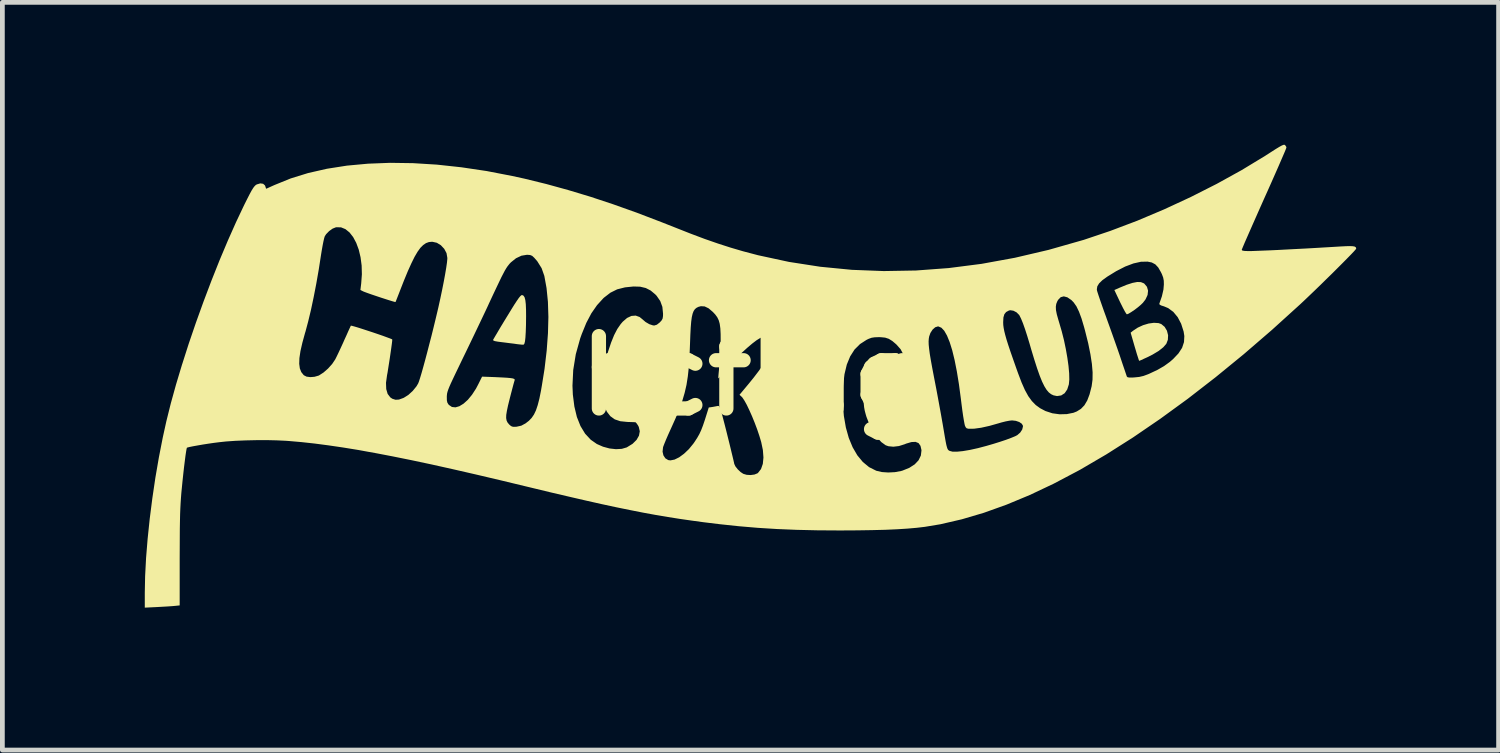
<source format=kicad_pcb>
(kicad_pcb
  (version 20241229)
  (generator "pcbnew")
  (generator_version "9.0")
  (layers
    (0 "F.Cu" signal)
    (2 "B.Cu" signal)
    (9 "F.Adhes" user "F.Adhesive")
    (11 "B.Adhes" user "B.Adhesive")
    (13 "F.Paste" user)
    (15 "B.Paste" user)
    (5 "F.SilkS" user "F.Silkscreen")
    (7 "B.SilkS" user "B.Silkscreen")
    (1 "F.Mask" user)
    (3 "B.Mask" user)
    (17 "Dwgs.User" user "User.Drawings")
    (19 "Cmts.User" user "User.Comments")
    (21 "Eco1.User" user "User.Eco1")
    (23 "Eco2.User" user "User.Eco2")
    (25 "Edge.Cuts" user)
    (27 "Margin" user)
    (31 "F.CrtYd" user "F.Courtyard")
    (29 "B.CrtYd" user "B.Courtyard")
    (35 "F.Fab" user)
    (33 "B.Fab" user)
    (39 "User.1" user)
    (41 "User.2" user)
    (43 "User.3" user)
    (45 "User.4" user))
  (footprint "hcflag"
    (layer "F.Cu")
    (at 12.759 4.865)
    (property "Reference" "hcflag" (at 0 0 0) (layer "F.SilkS") (effects (font (size 1.524 1.524) (thickness 0.3))))
    (attr board_only exclude_from_pos_files exclude_from_bom)
    (fp_poly (pts (xy 8.224 -1.972) (xy 8.284 -1.948) (xy 8.297 -1.939) (xy 8.352 -1.873) (xy 8.375 -1.792) (xy 8.365 -1.702) (xy 8.322 -1.609) (xy 8.266 -1.536) (xy 8.218 -1.49) (xy 8.155 -1.437) (xy 8.086 -1.385) (xy 8.019 -1.34) (xy 7.964 -1.307) (xy 7.93 -1.294) (xy 7.928 -1.294) (xy 7.913 -1.311) (xy 7.885 -1.357) (xy 7.848 -1.426) (xy 7.805 -1.512) (xy 7.786 -1.55) (xy 7.665 -1.806) (xy 7.772 -1.853) (xy 7.924 -1.916) (xy 8.048 -1.956) (xy 8.147 -1.975)) (stroke (width 0) (type solid)) (fill yes) (layer "F.SilkS"))
    (fp_poly (pts (xy 8.595 -1.109) (xy 8.653 -1.089) (xy 8.724 -1.03) (xy 8.773 -0.948) (xy 8.797 -0.853) (xy 8.792 -0.757) (xy 8.76 -0.674) (xy 8.697 -0.601) (xy 8.599 -0.523) (xy 8.469 -0.445) (xy 8.362 -0.391) (xy 8.289 -0.358) (xy 8.231 -0.331) (xy 8.195 -0.316) (xy 8.188 -0.314) (xy 8.18 -0.331) (xy 8.164 -0.381) (xy 8.14 -0.455) (xy 8.113 -0.547) (xy 8.094 -0.61) (xy 8.008 -0.907) (xy 8.056 -0.946) (xy 8.157 -1.013) (xy 8.27 -1.065) (xy 8.387 -1.1) (xy 8.498 -1.115)) (stroke (width 0) (type solid)) (fill yes) (layer "F.SilkS"))
    (fp_poly (pts (xy -4.811 -1.7) (xy -4.782 -1.687) (xy -4.759 -1.653) (xy -4.743 -1.594) (xy -4.733 -1.507) (xy -4.728 -1.388) (xy -4.727 -1.254) (xy -4.729 -1.068) (xy -4.734 -0.919) (xy -4.741 -0.805) (xy -4.75 -0.725) (xy -4.763 -0.675) (xy -4.779 -0.655) (xy -4.782 -0.654) (xy -4.817 -0.655) (xy -4.876 -0.661) (xy -4.919 -0.666) (xy -4.987 -0.676) (xy -5.078 -0.687) (xy -5.179 -0.7) (xy -5.229 -0.706) (xy -5.322 -0.718) (xy -5.382 -0.729) (xy -5.413 -0.74) (xy -5.422 -0.753) (xy -5.421 -0.758) (xy -5.408 -0.781) (xy -5.377 -0.834) (xy -5.332 -0.91) (xy -5.275 -1.007) (xy -5.208 -1.118) (xy -5.134 -1.239) (xy -5.13 -1.245) (xy -5.044 -1.386) (xy -4.976 -1.496) (xy -4.922 -1.578) (xy -4.881 -1.637) (xy -4.851 -1.674) (xy -4.829 -1.694) (xy -4.813 -1.7)) (stroke (width 0) (type solid)) (fill yes) (layer "F.SilkS"))
    (fp_poly (pts (xy 11.26 -4.86) (xy 11.285 -4.825) (xy 11.289 -4.806) (xy 11.281 -4.783) (xy 11.259 -4.728) (xy 11.223 -4.644) (xy 11.175 -4.533) (xy 11.117 -4.399) (xy 11.05 -4.247) (xy 10.975 -4.077) (xy 10.894 -3.895) (xy 10.818 -3.726) (xy 10.733 -3.535) (xy 10.653 -3.354) (xy 10.579 -3.187) (xy 10.513 -3.037) (xy 10.456 -2.907) (xy 10.409 -2.8) (xy 10.375 -2.719) (xy 10.354 -2.668) (xy 10.348 -2.651) (xy 10.362 -2.637) (xy 10.406 -2.629) (xy 10.484 -2.626) (xy 10.5 -2.626) (xy 10.567 -2.627) (xy 10.668 -2.631) (xy 10.799 -2.636) (xy 10.952 -2.642) (xy 11.124 -2.65) (xy 11.309 -2.66) (xy 11.502 -2.67) (xy 11.697 -2.68) (xy 11.89 -2.691) (xy 12.075 -2.702) (xy 12.246 -2.712) (xy 12.278 -2.714) (xy 12.428 -2.723) (xy 12.543 -2.729) (xy 12.629 -2.731) (xy 12.689 -2.728) (xy 12.727 -2.721) (xy 12.748 -2.709) (xy 12.757 -2.691) (xy 12.759 -2.676) (xy 12.745 -2.657) (xy 12.707 -2.614) (xy 12.646 -2.55) (xy 12.567 -2.469) (xy 12.473 -2.374) (xy 12.367 -2.268) (xy 12.253 -2.154) (xy 12.132 -2.036) (xy 12.01 -1.916) (xy 11.889 -1.799) (xy 11.772 -1.687) (xy 11.663 -1.583) (xy 11.583 -1.508) (xy 10.986 -0.967) (xy 10.39 -0.453) (xy 9.798 0.031) (xy 9.211 0.486) (xy 8.63 0.909) (xy 8.058 1.3) (xy 7.497 1.656) (xy 6.947 1.978) (xy 6.897 2.005) (xy 6.385 2.275) (xy 5.884 2.512) (xy 5.393 2.716) (xy 4.916 2.887) (xy 4.452 3.024) (xy 4.003 3.128) (xy 3.672 3.183) (xy 3.502 3.203) (xy 3.309 3.22) (xy 3.09 3.234) (xy 2.842 3.245) (xy 2.563 3.252) (xy 2.249 3.257) (xy 1.9 3.259) (xy 1.872 3.259) (xy 1.407 3.256) (xy 0.972 3.246) (xy 0.558 3.229) (xy 0.156 3.204) (xy -0.244 3.17) (xy -0.65 3.127) (xy -0.986 3.086) (xy -1.241 3.051) (xy -1.492 3.015) (xy -1.744 2.975) (xy -1.999 2.932) (xy -2.261 2.884) (xy -2.535 2.83) (xy -2.824 2.771) (xy -3.131 2.705) (xy -3.46 2.631) (xy -3.815 2.549) (xy -4.2 2.459) (xy -4.618 2.358) (xy -4.714 2.335) (xy -5.266 2.202) (xy -5.784 2.08) (xy -6.268 1.969) (xy -6.721 1.868) (xy -7.145 1.778) (xy -7.541 1.698) (xy -7.912 1.627) (xy -8.069 1.599) (xy -1.852 1.599) (xy -1.834 1.678) (xy -1.793 1.74) (xy -1.732 1.777) (xy -1.686 1.783) (xy -1.599 1.766) (xy -1.502 1.718) (xy -1.4 1.643) (xy -1.298 1.546) (xy -1.204 1.431) (xy -1.178 1.394) (xy -1.122 1.308) (xy -1.077 1.229) (xy -1.039 1.147) (xy -1.002 1.051) (xy -0.961 0.93) (xy -0.951 0.898) (xy -0.879 0.669) (xy -0.797 0.657) (xy -0.738 0.646) (xy -0.692 0.637) (xy -0.684 0.635) (xy -0.668 0.638) (xy -0.652 0.66) (xy -0.633 0.706) (xy -0.61 0.781) (xy -0.591 0.847) (xy -0.571 0.924) (xy -0.544 1.027) (xy -0.513 1.149) (xy -0.48 1.282) (xy -0.446 1.418) (xy -0.414 1.55) (xy -0.385 1.67) (xy -0.361 1.77) (xy -0.345 1.841) (xy -0.342 1.857) (xy -0.317 1.91) (xy -0.269 1.971) (xy -0.209 2.028) (xy -0.152 2.066) (xy -0.081 2.087) (xy 0.003 2.092) (xy 0.084 2.081) (xy 0.148 2.055) (xy 0.159 2.046) (xy 0.222 1.965) (xy 0.26 1.856) (xy 0.273 1.722) (xy 0.261 1.565) (xy 0.226 1.397) (xy 0.188 1.27) (xy 0.142 1.133) (xy 0.089 0.992) (xy 0.033 0.854) (xy -0.024 0.726) (xy -0.078 0.613) (xy -0.094 0.584) (xy 1.946 0.584) (xy 1.967 0.847) (xy 2.009 1.09) (xy 2.071 1.311) (xy 2.152 1.507) (xy 2.251 1.677) (xy 2.367 1.817) (xy 2.498 1.925) (xy 2.645 1.999) (xy 2.656 2.003) (xy 2.768 2.029) (xy 2.902 2.038) (xy 3.041 2.031) (xy 3.171 2.007) (xy 3.2 1.999) (xy 3.344 1.941) (xy 3.459 1.867) (xy 3.541 1.78) (xy 3.589 1.681) (xy 3.602 1.573) (xy 3.601 1.563) (xy 3.581 1.476) (xy 3.54 1.419) (xy 3.477 1.393) (xy 3.39 1.397) (xy 3.278 1.43) (xy 3.248 1.443) (xy 3.127 1.481) (xy 3.01 1.495) (xy 2.906 1.485) (xy 2.847 1.464) (xy 2.755 1.397) (xy 2.665 1.297) (xy 2.58 1.17) (xy 2.504 1.024) (xy 2.442 0.863) (xy 2.427 0.812) (xy 2.407 0.737) (xy 2.394 0.665) (xy 2.386 0.585) (xy 2.382 0.485) (xy 2.382 0.382) (xy 2.385 0.229) (xy 2.395 0.107) (xy 2.416 0.009) (xy 2.447 -0.071) (xy 2.492 -0.142) (xy 2.524 -0.18) (xy 2.61 -0.26) (xy 2.694 -0.303) (xy 2.783 -0.31) (xy 2.883 -0.283) (xy 2.946 -0.253) (xy 3.051 -0.208) (xy 3.134 -0.193) (xy 3.194 -0.209) (xy 3.23 -0.256) (xy 3.242 -0.333) (xy 3.242 -0.339) (xy 3.22 -0.449) (xy 3.162 -0.559) (xy 3.071 -0.661) (xy 2.998 -0.723) (xy 3.752 -0.723) (xy 3.754 -0.654) (xy 3.763 -0.567) (xy 3.777 -0.46) (xy 3.799 -0.328) (xy 3.828 -0.168) (xy 3.865 0.026) (xy 3.881 0.108) (xy 3.913 0.273) (xy 3.947 0.455) (xy 3.981 0.64) (xy 4.013 0.816) (xy 4.04 0.97) (xy 4.047 1.009) (xy 4.074 1.168) (xy 4.095 1.293) (xy 4.112 1.388) (xy 4.126 1.458) (xy 4.139 1.506) (xy 4.15 1.539) (xy 4.162 1.559) (xy 4.175 1.572) (xy 4.191 1.581) (xy 4.195 1.583) (xy 4.255 1.599) (xy 4.348 1.6) (xy 4.471 1.588) (xy 4.62 1.563) (xy 4.792 1.525) (xy 4.822 1.517) (xy 4.966 1.479) (xy 5.111 1.437) (xy 5.252 1.393) (xy 5.381 1.35) (xy 5.491 1.309) (xy 5.576 1.274) (xy 5.62 1.251) (xy 5.681 1.198) (xy 5.724 1.133) (xy 5.74 1.067) (xy 5.739 1.052) (xy 5.715 1.011) (xy 5.662 0.975) (xy 5.59 0.95) (xy 5.51 0.941) (xy 5.454 0.947) (xy 5.374 0.962) (xy 5.283 0.985) (xy 5.236 0.999) (xy 5.035 1.056) (xy 4.86 1.095) (xy 4.715 1.115) (xy 4.652 1.117) (xy 4.59 1.116) (xy 4.554 1.107) (xy 4.534 1.086) (xy 4.518 1.053) (xy 4.509 1.017) (xy 4.496 0.947) (xy 4.48 0.851) (xy 4.463 0.733) (xy 4.446 0.601) (xy 4.431 0.48) (xy 4.391 0.179) (xy 4.347 -0.091) (xy 4.3 -0.329) (xy 4.25 -0.535) (xy 4.196 -0.708) (xy 4.14 -0.845) (xy 4.082 -0.947) (xy 4.022 -1.011) (xy 3.96 -1.038) (xy 3.948 -1.039) (xy 3.891 -1.021) (xy 3.836 -0.972) (xy 3.79 -0.901) (xy 3.764 -0.827) (xy 3.756 -0.78) (xy 3.752 -0.723) (xy 2.998 -0.723) (xy 2.987 -0.732) (xy 2.913 -0.778) (xy 2.836 -0.803) (xy 2.744 -0.812) (xy 2.705 -0.813) (xy 2.617 -0.81) (xy 2.551 -0.8) (xy 2.488 -0.777) (xy 2.445 -0.756) (xy 2.307 -0.667) (xy 2.192 -0.552) (xy 2.1 -0.408) (xy 2.029 -0.236) (xy 1.98 -0.032) (xy 1.952 0.203) (xy 1.946 0.304) (xy 1.946 0.584) (xy -0.094 0.584) (xy -0.128 0.523) (xy -0.17 0.46) (xy -0.186 0.443) (xy -0.231 0.401) (xy -0.035 0.166) (xy 0.067 0.04) (xy 0.164 -0.087) (xy 0.253 -0.21) (xy 0.33 -0.324) (xy 0.391 -0.423) (xy 0.433 -0.501) (xy 0.45 -0.543) (xy 0.468 -0.647) (xy 0.465 -0.734) (xy 0.44 -0.798) (xy 0.395 -0.835) (xy 0.356 -0.843) (xy 0.308 -0.834) (xy 0.243 -0.812) (xy 0.202 -0.793) (xy 0.129 -0.748) (xy 0.037 -0.678) (xy -0.069 -0.588) (xy -0.183 -0.484) (xy -0.298 -0.372) (xy -0.41 -0.256) (xy -0.513 -0.141) (xy -0.6 -0.035) (xy -0.616 -0.014) (xy -0.65 0.028) (xy -0.673 0.052) (xy -0.678 0.054) (xy -0.678 0.033) (xy -0.674 -0.019) (xy -0.667 -0.094) (xy -0.657 -0.185) (xy -0.656 -0.187) (xy -0.646 -0.297) (xy -0.637 -0.43) (xy -0.631 -0.571) (xy -0.628 -0.705) (xy -0.628 -0.726) (xy -0.629 -0.879) (xy -0.635 -0.998) (xy -0.648 -1.093) (xy -0.658 -1.13) (xy 5.323 -1.13) (xy 5.323 -1.12) (xy 5.325 -1.067) (xy 5.333 -1.008) (xy 5.346 -0.94) (xy 5.366 -0.86) (xy 5.393 -0.764) (xy 5.43 -0.647) (xy 5.477 -0.506) (xy 5.536 -0.337) (xy 5.606 -0.138) (xy 5.638 -0.049) (xy 5.711 0.143) (xy 5.781 0.301) (xy 5.852 0.43) (xy 5.927 0.533) (xy 6.009 0.617) (xy 6.101 0.684) (xy 6.207 0.74) (xy 6.218 0.745) (xy 6.359 0.791) (xy 6.512 0.812) (xy 6.664 0.808) (xy 6.804 0.78) (xy 6.872 0.753) (xy 6.961 0.698) (xy 7.034 0.622) (xy 7.094 0.521) (xy 7.143 0.391) (xy 7.185 0.227) (xy 7.187 0.218) (xy 7.205 0.083) (xy 7.207 -0.071) (xy 7.192 -0.249) (xy 7.161 -0.452) (xy 7.114 -0.684) (xy 7.048 -0.948) (xy 7.026 -1.029) (xy 6.973 -1.207) (xy 6.92 -1.35) (xy 6.866 -1.462) (xy 6.807 -1.546) (xy 6.76 -1.594) (xy 6.675 -1.652) (xy 6.6 -1.672) (xy 6.535 -1.655) (xy 6.481 -1.599) (xy 6.463 -1.568) (xy 6.441 -1.513) (xy 6.432 -1.454) (xy 6.435 -1.384) (xy 6.452 -1.296) (xy 6.484 -1.182) (xy 6.505 -1.112) (xy 6.557 -0.934) (xy 6.604 -0.748) (xy 6.643 -0.561) (xy 6.675 -0.378) (xy 6.699 -0.206) (xy 6.713 -0.052) (xy 6.716 0.078) (xy 6.707 0.177) (xy 6.707 0.18) (xy 6.672 0.289) (xy 6.618 0.368) (xy 6.545 0.415) (xy 6.458 0.428) (xy 6.384 0.413) (xy 6.333 0.389) (xy 6.284 0.351) (xy 6.237 0.296) (xy 6.19 0.22) (xy 6.142 0.122) (xy 6.092 -0.002) (xy 6.038 -0.155) (xy 5.979 -0.339) (xy 5.913 -0.557) (xy 5.88 -0.672) (xy 5.831 -0.834) (xy 5.784 -0.98) (xy 5.74 -1.104) (xy 5.7 -1.202) (xy 5.667 -1.268) (xy 5.659 -1.281) (xy 5.605 -1.335) (xy 5.538 -1.37) (xy 5.472 -1.38) (xy 5.444 -1.374) (xy 5.385 -1.342) (xy 5.348 -1.296) (xy 5.328 -1.228) (xy 5.323 -1.13) (xy -0.658 -1.13) (xy -0.669 -1.168) (xy -0.7 -1.232) (xy -0.743 -1.291) (xy -0.793 -1.344) (xy -0.882 -1.42) (xy -0.965 -1.46) (xy -1.044 -1.465) (xy -1.097 -1.451) (xy -1.138 -1.43) (xy -1.171 -1.402) (xy -1.198 -1.362) (xy -1.219 -1.308) (xy -1.236 -1.235) (xy -1.249 -1.138) (xy -1.259 -1.015) (xy -1.267 -0.86) (xy -1.274 -0.671) (xy -1.275 -0.647) (xy -1.285 -0.398) (xy -1.299 -0.18) (xy -1.32 0.014) (xy -1.348 0.192) (xy -1.387 0.361) (xy -1.437 0.531) (xy -1.5 0.707) (xy -1.579 0.898) (xy -1.675 1.112) (xy -1.692 1.149) (xy -1.738 1.251) (xy -1.78 1.348) (xy -1.814 1.431) (xy -1.837 1.491) (xy -1.842 1.508) (xy -1.852 1.599) (xy -8.069 1.599) (xy -8.259 1.564) (xy -8.586 1.511) (xy -8.893 1.466) (xy -9.183 1.428) (xy -9.458 1.398) (xy -9.72 1.375) (xy -9.79 1.37) (xy -9.978 1.361) (xy -10.189 1.356) (xy -10.413 1.357) (xy -10.638 1.362) (xy -10.854 1.371) (xy -11.051 1.385) (xy -11.191 1.4) (xy -11.302 1.414) (xy -11.419 1.431) (xy -11.535 1.449) (xy -11.644 1.468) (xy -11.739 1.485) (xy -11.813 1.5) (xy -11.86 1.512) (xy -11.872 1.517) (xy -11.879 1.541) (xy -11.889 1.599) (xy -11.902 1.686) (xy -11.916 1.796) (xy -11.932 1.924) (xy -11.948 2.066) (xy -11.964 2.216) (xy -11.979 2.368) (xy -11.989 2.469) (xy -11.997 2.572) (xy -12.004 2.678) (xy -12.01 2.79) (xy -12.015 2.915) (xy -12.018 3.056) (xy -12.021 3.218) (xy -12.022 3.406) (xy -12.023 3.624) (xy -12.024 3.845) (xy -12.024 4.838) (xy -12.122 4.848) (xy -12.179 4.853) (xy -12.264 4.859) (xy -12.366 4.865) (xy -12.475 4.871) (xy -12.489 4.872) (xy -12.759 4.885) (xy -12.759 4.573) (xy -12.752 4.221) (xy -12.732 3.839) (xy -12.699 3.434) (xy -12.655 3.013) (xy -12.6 2.582) (xy -12.536 2.148) (xy -12.462 1.719) (xy -12.38 1.3) (xy -12.305 0.96) (xy -12.212 0.586) (xy -12.101 0.185) (xy -11.974 -0.237) (xy -11.969 -0.251) (xy -9.506 -0.251) (xy -9.493 -0.154) (xy -9.462 -0.076) (xy -9.413 -0.015) (xy -9.408 -0.01) (xy -9.351 0.019) (xy -9.272 0.029) (xy -9.184 0.022) (xy -9.1 -0.002) (xy -9.087 -0.008) (xy -8.994 -0.068) (xy -8.898 -0.152) (xy -8.812 -0.248) (xy -8.747 -0.345) (xy -8.746 -0.347) (xy -8.717 -0.405) (xy -8.676 -0.49) (xy -8.629 -0.591) (xy -8.579 -0.7) (xy -8.555 -0.755) (xy -8.51 -0.853) (xy -8.472 -0.939) (xy -8.442 -1.004) (xy -8.423 -1.045) (xy -8.418 -1.055) (xy -8.397 -1.052) (xy -8.346 -1.038) (xy -8.271 -1.016) (xy -8.177 -0.986) (xy -8.073 -0.952) (xy -7.963 -0.916) (xy -7.854 -0.879) (xy -7.752 -0.844) (xy -7.665 -0.812) (xy -7.597 -0.787) (xy -7.555 -0.77) (xy -7.546 -0.763) (xy -7.548 -0.729) (xy -7.556 -0.664) (xy -7.568 -0.576) (xy -7.583 -0.472) (xy -7.599 -0.362) (xy -7.616 -0.253) (xy -7.632 -0.152) (xy -7.645 -0.068) (xy -7.656 -0.011) (xy -7.678 0.149) (xy -7.673 0.281) (xy -7.643 0.383) (xy -7.587 0.456) (xy -7.544 0.485) (xy -7.478 0.506) (xy -7.405 0.502) (xy -7.316 0.47) (xy -7.301 0.463) (xy -7.27 0.444) (xy -6.397 0.444) (xy -6.396 0.517) (xy -6.386 0.564) (xy -6.365 0.6) (xy -6.351 0.616) (xy -6.289 0.658) (xy -6.214 0.666) (xy -6.132 0.642) (xy -6.044 0.588) (xy -5.954 0.507) (xy -5.866 0.4) (xy -5.782 0.271) (xy -5.732 0.176) (xy -5.654 0.019) (xy -5.38 0.029) (xy -5.238 0.036) (xy -5.131 0.042) (xy -5.055 0.049) (xy -5.005 0.057) (xy -4.977 0.068) (xy -4.966 0.081) (xy -4.968 0.095) (xy -4.977 0.124) (xy -4.994 0.184) (xy -5.016 0.268) (xy -5.043 0.371) (xy -5.071 0.48) (xy -5.107 0.625) (xy -5.131 0.738) (xy -5.145 0.825) (xy -5.147 0.891) (xy -5.138 0.942) (xy -5.119 0.983) (xy -5.089 1.02) (xy -5.081 1.029) (xy -5.043 1.061) (xy -5.005 1.075) (xy -4.95 1.075) (xy -4.928 1.074) (xy -4.828 1.052) (xy -4.739 1.004) (xy -4.668 0.949) (xy -4.61 0.889) (xy -4.561 0.817) (xy -4.519 0.729) (xy -4.482 0.619) (xy -4.447 0.483) (xy -4.413 0.314) (xy -4.403 0.255) (xy -4.395 0.21) (xy -3.75 0.21) (xy -3.742 0.397) (xy -3.71 0.648) (xy -3.657 0.869) (xy -3.581 1.06) (xy -3.484 1.22) (xy -3.365 1.348) (xy -3.236 1.438) (xy -3.106 1.495) (xy -2.969 1.532) (xy -2.834 1.547) (xy -2.711 1.54) (xy -2.608 1.51) (xy -2.601 1.506) (xy -2.484 1.434) (xy -2.4 1.351) (xy -2.349 1.262) (xy -2.332 1.17) (xy -2.353 1.078) (xy -2.371 1.044) (xy -2.4 1.002) (xy -2.422 0.98) (xy -2.425 0.979) (xy -2.45 0.978) (xy -2.505 0.976) (xy -2.577 0.974) (xy -2.597 0.973) (xy -2.743 0.958) (xy -2.859 0.919) (xy -2.951 0.853) (xy -3.025 0.758) (xy -3.082 0.634) (xy -3.099 0.582) (xy -3.111 0.529) (xy -3.118 0.466) (xy -3.122 0.386) (xy -3.124 0.278) (xy -3.124 0.235) (xy -3.123 0.115) (xy -3.119 0.022) (xy -3.111 -0.057) (xy -3.098 -0.136) (xy -3.077 -0.225) (xy -3.061 -0.288) (xy -2.999 -0.511) (xy -2.936 -0.699) (xy -2.873 -0.855) (xy -2.806 -0.984) (xy -2.734 -1.088) (xy -2.691 -1.138) (xy -2.6 -1.217) (xy -2.508 -1.26) (xy -2.418 -1.267) (xy -2.335 -1.237) (xy -2.28 -1.192) (xy -2.21 -1.132) (xy -2.131 -1.086) (xy -2.055 -1.061) (xy -2.027 -1.058) (xy -1.972 -1.075) (xy -1.911 -1.123) (xy -1.909 -1.125) (xy -1.871 -1.167) (xy -1.851 -1.205) (xy -1.843 -1.256) (xy -1.842 -1.308) (xy -1.856 -1.451) (xy -1.901 -1.574) (xy -1.978 -1.685) (xy -2.008 -1.716) (xy -2.103 -1.795) (xy -2.155 -1.822) (xy 7.296 -1.822) (xy 7.299 -1.796) (xy 7.309 -1.762) (xy 7.33 -1.697) (xy 7.361 -1.605) (xy 7.4 -1.493) (xy 7.445 -1.365) (xy 7.495 -1.228) (xy 7.499 -1.215) (xy 7.556 -1.057) (xy 7.616 -0.89) (xy 7.675 -0.723) (xy 7.73 -0.567) (xy 7.777 -0.431) (xy 7.803 -0.353) (xy 7.84 -0.242) (xy 7.874 -0.143) (xy 7.901 -0.063) (xy 7.92 -0.007) (xy 7.928 0.017) (xy 7.943 0.031) (xy 7.979 0.038) (xy 8.043 0.038) (xy 8.09 0.035) (xy 8.189 0.025) (xy 8.279 0.004) (xy 8.379 -0.033) (xy 8.404 -0.044) (xy 8.572 -0.123) (xy 8.711 -0.203) (xy 8.833 -0.291) (xy 8.902 -0.351) (xy 9.015 -0.47) (xy 9.092 -0.588) (xy 9.132 -0.709) (xy 9.139 -0.836) (xy 9.124 -0.932) (xy 9.072 -1.095) (xy 8.999 -1.234) (xy 8.907 -1.345) (xy 8.8 -1.424) (xy 8.712 -1.461) (xy 8.649 -1.481) (xy 8.618 -1.499) (xy 8.612 -1.518) (xy 8.615 -1.526) (xy 8.666 -1.672) (xy 8.699 -1.815) (xy 8.708 -1.923) (xy 8.706 -2.003) (xy 8.693 -2.07) (xy 8.666 -2.141) (xy 8.646 -2.182) (xy 8.589 -2.281) (xy 8.527 -2.347) (xy 8.453 -2.386) (xy 8.364 -2.404) (xy 8.225 -2.401) (xy 8.068 -2.366) (xy 7.893 -2.3) (xy 7.704 -2.203) (xy 7.517 -2.088) (xy 7.413 -2.013) (xy 7.344 -1.946) (xy 7.306 -1.884) (xy 7.296 -1.822) (xy -2.155 -1.822) (xy -2.206 -1.848) (xy -2.325 -1.876) (xy -2.465 -1.88) (xy -2.631 -1.863) (xy -2.646 -1.861) (xy -2.808 -1.82) (xy -2.951 -1.749) (xy -3.086 -1.645) (xy -3.1 -1.632) (xy -3.233 -1.486) (xy -3.352 -1.315) (xy -3.458 -1.114) (xy -3.554 -0.879) (xy -3.587 -0.787) (xy -3.68 -0.453) (xy -3.734 -0.121) (xy -3.75 0.21) (xy -4.395 0.21) (xy -4.338 -0.146) (xy -4.293 -0.53) (xy -4.266 -0.896) (xy -4.257 -1.239) (xy -4.267 -1.557) (xy -4.296 -1.847) (xy -4.343 -2.105) (xy -4.344 -2.107) (xy -4.4 -2.266) (xy -4.492 -2.413) (xy -4.554 -2.484) (xy -4.598 -2.525) (xy -4.642 -2.543) (xy -4.704 -2.548) (xy -4.708 -2.548) (xy -4.824 -2.529) (xy -4.939 -2.475) (xy -5.046 -2.389) (xy -5.076 -2.358) (xy -5.099 -2.329) (xy -5.123 -2.298) (xy -5.147 -2.261) (xy -5.175 -2.214) (xy -5.207 -2.153) (xy -5.247 -2.076) (xy -5.294 -1.978) (xy -5.352 -1.856) (xy -5.423 -1.706) (xy -5.507 -1.526) (xy -5.537 -1.46) (xy -5.592 -1.343) (xy -5.661 -1.198) (xy -5.739 -1.034) (xy -5.824 -0.856) (xy -5.912 -0.673) (xy -5.999 -0.492) (xy -6.062 -0.363) (xy -6.146 -0.188) (xy -6.215 -0.045) (xy -6.27 0.071) (xy -6.313 0.163) (xy -6.345 0.236) (xy -6.367 0.292) (xy -6.382 0.337) (xy -6.391 0.373) (xy -6.395 0.406) (xy -6.397 0.437) (xy -6.397 0.444) (xy -7.27 0.444) (xy -7.207 0.404) (xy -7.115 0.32) (xy -7.036 0.223) (xy -7 0.162) (xy -6.984 0.121) (xy -6.96 0.047) (xy -6.929 -0.056) (xy -6.893 -0.184) (xy -6.853 -0.33) (xy -6.81 -0.492) (xy -6.766 -0.663) (xy -6.72 -0.839) (xy -6.676 -1.017) (xy -6.634 -1.19) (xy -6.595 -1.354) (xy -6.575 -1.439) (xy -6.534 -1.625) (xy -6.496 -1.806) (xy -6.462 -1.977) (xy -6.433 -2.134) (xy -6.41 -2.27) (xy -6.394 -2.381) (xy -6.386 -2.461) (xy -6.386 -2.484) (xy -6.403 -2.583) (xy -6.451 -2.673) (xy -6.522 -2.749) (xy -6.607 -2.801) (xy -6.701 -2.822) (xy -6.71 -2.822) (xy -6.774 -2.816) (xy -6.835 -2.794) (xy -6.894 -2.754) (xy -6.953 -2.695) (xy -7.013 -2.612) (xy -7.076 -2.505) (xy -7.143 -2.369) (xy -7.218 -2.203) (xy -7.3 -2.004) (xy -7.373 -1.818) (xy -7.409 -1.725) (xy -7.44 -1.646) (xy -7.463 -1.587) (xy -7.476 -1.556) (xy -7.477 -1.553) (xy -7.497 -1.556) (xy -7.546 -1.57) (xy -7.618 -1.592) (xy -7.705 -1.62) (xy -7.801 -1.651) (xy -7.899 -1.684) (xy -7.991 -1.715) (xy -8.07 -1.743) (xy -8.129 -1.765) (xy -8.161 -1.778) (xy -8.217 -1.807) (xy -8.2 -1.947) (xy -8.186 -2.138) (xy -8.191 -2.322) (xy -8.214 -2.496) (xy -8.252 -2.656) (xy -8.305 -2.799) (xy -8.37 -2.921) (xy -8.446 -3.018) (xy -8.532 -3.088) (xy -8.625 -3.126) (xy -8.724 -3.128) (xy -8.733 -3.127) (xy -8.803 -3.099) (xy -8.876 -3.047) (xy -8.939 -2.982) (xy -8.968 -2.937) (xy -8.98 -2.899) (xy -8.996 -2.83) (xy -9.014 -2.738) (xy -9.033 -2.63) (xy -9.047 -2.543) (xy -9.094 -2.24) (xy -9.146 -1.942) (xy -9.202 -1.654) (xy -9.259 -1.385) (xy -9.318 -1.14) (xy -9.375 -0.926) (xy -9.383 -0.902) (xy -9.44 -0.694) (xy -9.48 -0.519) (xy -9.502 -0.372) (xy -9.506 -0.251) (xy -11.969 -0.251) (xy -11.834 -0.673) (xy -11.682 -1.118) (xy -11.521 -1.564) (xy -11.354 -2.005) (xy -11.183 -2.435) (xy -11.009 -2.848) (xy -10.836 -3.237) (xy -10.666 -3.596) (xy -10.609 -3.71) (xy -10.552 -3.822) (xy -10.508 -3.903) (xy -10.473 -3.959) (xy -10.444 -3.996) (xy -10.418 -4.02) (xy -10.397 -4.031) (xy -10.326 -4.052) (xy -10.267 -4.044) (xy -10.228 -4.01) (xy -10.219 -3.988) (xy -10.208 -3.952) (xy -10.202 -3.939) (xy -10.183 -3.947) (xy -10.137 -3.968) (xy -10.071 -3.998) (xy -10.026 -4.018) (xy -9.686 -4.156) (xy -9.318 -4.27) (xy -8.922 -4.36) (xy -8.501 -4.426) (xy -8.057 -4.467) (xy -7.592 -4.485) (xy -7.107 -4.478) (xy -6.605 -4.447) (xy -6.088 -4.391) (xy -5.557 -4.312) (xy -5.014 -4.207) (xy -4.763 -4.152) (xy -4.302 -4.039) (xy -3.841 -3.912) (xy -3.373 -3.771) (xy -2.893 -3.612) (xy -2.396 -3.435) (xy -1.876 -3.236) (xy -1.587 -3.122) (xy -1.263 -2.994) (xy -0.965 -2.882) (xy -0.686 -2.785) (xy -0.419 -2.699) (xy -0.157 -2.622) (xy 0.109 -2.552) (xy 0.158 -2.539) (xy 0.811 -2.398) (xy 1.469 -2.296) (xy 2.135 -2.231) (xy 2.807 -2.205) (xy 3.487 -2.217) (xy 4.174 -2.268) (xy 4.868 -2.357) (xy 5.569 -2.485) (xy 6.278 -2.651) (xy 6.994 -2.855) (xy 7.022 -2.863) (xy 7.58 -3.051) (xy 8.146 -3.265) (xy 8.714 -3.505) (xy 9.275 -3.765) (xy 9.822 -4.042) (xy 10.347 -4.332) (xy 10.843 -4.633) (xy 10.961 -4.709) (xy 11.064 -4.775) (xy 11.14 -4.821) (xy 11.193 -4.85) (xy 11.228 -4.864) (xy 11.25 -4.865)) (stroke (width 0) (type solid)) (fill yes) (layer "F.SilkS")))
  (gr_rect
    (start -3 -3)
    (end 28.518 12.75)
    (stroke (width 0.1) (type default))
    (fill no)
    (layer "Edge.Cuts")))
</source>
